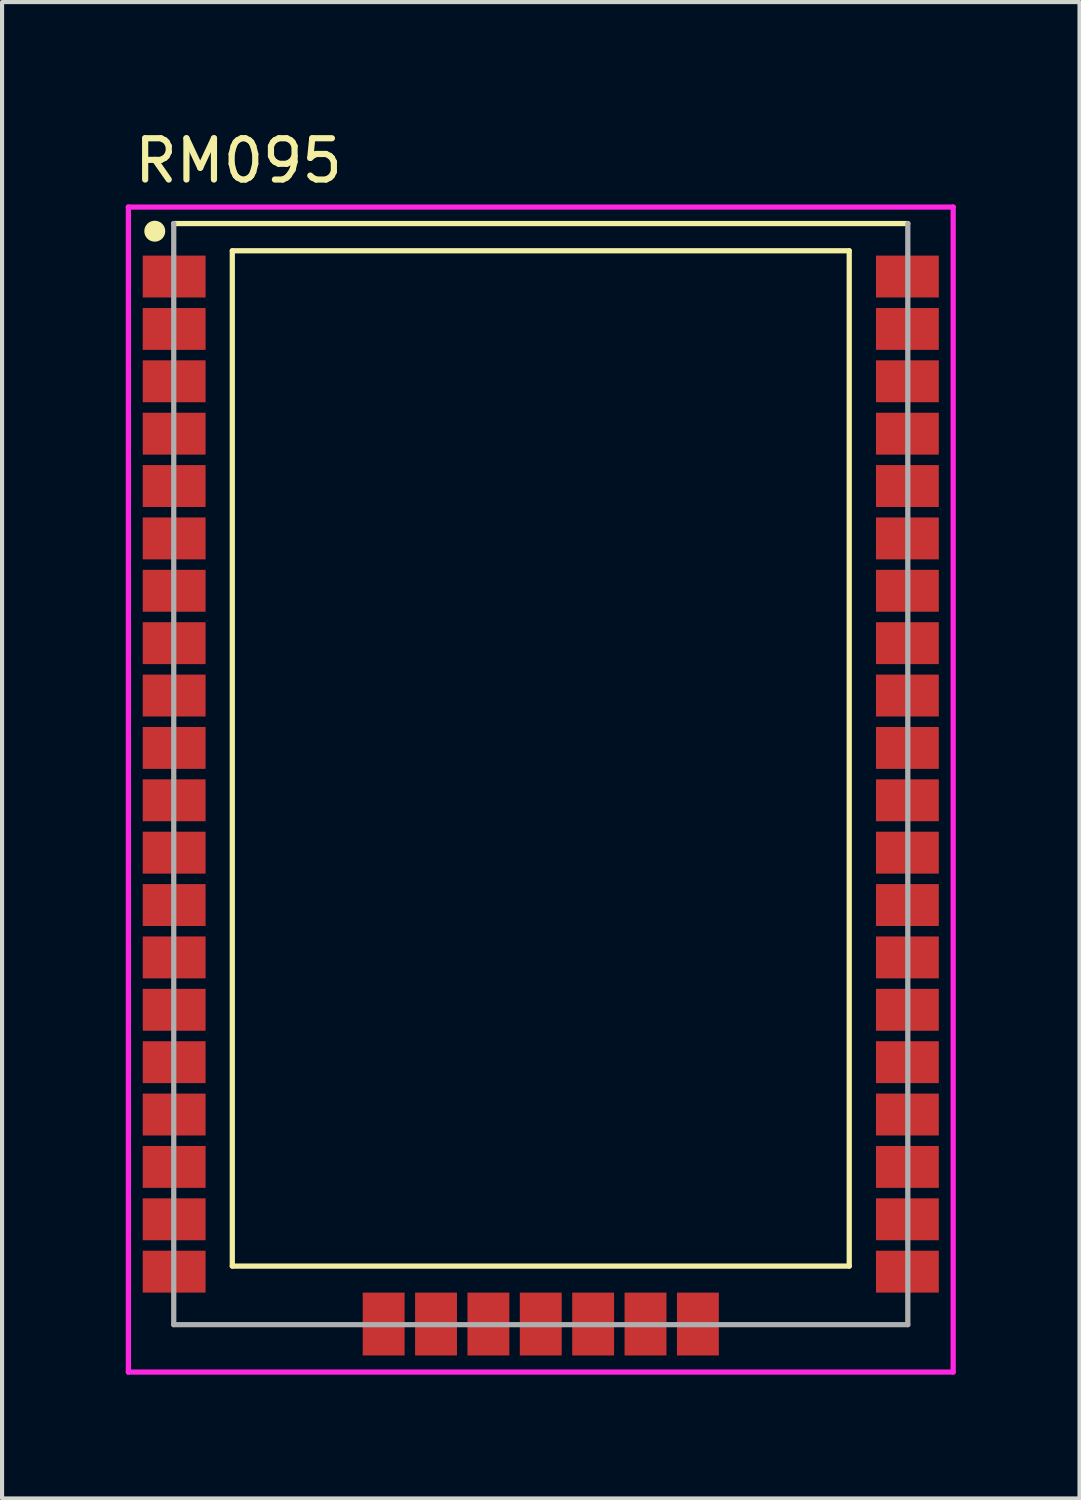
<source format=kicad_pcb>
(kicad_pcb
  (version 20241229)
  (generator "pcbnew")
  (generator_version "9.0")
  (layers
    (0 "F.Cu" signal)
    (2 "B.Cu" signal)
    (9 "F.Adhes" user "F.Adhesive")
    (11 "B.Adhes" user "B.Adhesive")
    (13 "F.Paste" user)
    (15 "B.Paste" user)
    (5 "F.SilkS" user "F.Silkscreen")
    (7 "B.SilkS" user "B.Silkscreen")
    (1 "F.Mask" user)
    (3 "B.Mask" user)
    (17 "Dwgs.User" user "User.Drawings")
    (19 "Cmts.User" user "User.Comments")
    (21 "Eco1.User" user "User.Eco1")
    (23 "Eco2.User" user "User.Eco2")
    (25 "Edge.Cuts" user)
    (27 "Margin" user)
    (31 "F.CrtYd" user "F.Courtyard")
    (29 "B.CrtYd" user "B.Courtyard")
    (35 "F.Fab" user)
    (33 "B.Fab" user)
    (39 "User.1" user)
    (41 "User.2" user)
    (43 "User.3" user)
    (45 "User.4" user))
  (footprint "RM095"
    (layer "F.Cu")
    (at 10.063 15.721)
    (property "Reference" "RM095" (at -7.329 -14.873 0) (layer "F.SilkS") (effects (font (size 1.001 1.001) (thickness 0.15))))
    (attr through_hole)
    (fp_line (start -7.48 -12.69) (end -7.48 11.93) (stroke (width 0.127) (type solid)) (layer "F.SilkS"))
    (fp_line (start -7.48 11.93) (end 7.48 11.93) (stroke (width 0.127) (type solid)) (layer "F.SilkS"))
    (fp_line (start 7.48 -12.69) (end -7.48 -12.69) (stroke (width 0.127) (type solid)) (layer "F.SilkS"))
    (fp_line (start 7.48 11.93) (end 7.48 -12.69) (stroke (width 0.127) (type solid)) (layer "F.SilkS"))
    (fp_line (start 8.9 -13.35) (end -8.9 -13.35) (stroke (width 0.127) (type solid)) (layer "F.SilkS"))
    (fp_circle (center -9.36 -13.165) (end -9.106 -13.165) (stroke (width 0) (type solid)) (fill yes) (layer "F.SilkS"))
    (fp_line (start -10 -13.75) (end 10 -13.75) (stroke (width 0.127) (type solid)) (layer "F.CrtYd"))
    (fp_line (start -10 14.5) (end -10 -13.75) (stroke (width 0.127) (type solid)) (layer "F.CrtYd"))
    (fp_line (start 10 -13.75) (end 10 14.5) (stroke (width 0.127) (type solid)) (layer "F.CrtYd"))
    (fp_line (start 10 14.5) (end -10 14.5) (stroke (width 0.127) (type solid)) (layer "F.CrtYd"))
    (fp_line (start -8.9 -13.35) (end -8.9 13.35) (stroke (width 0.127) (type solid)) (layer "F.Fab"))
    (fp_line (start -8.9 13.35) (end 8.9 13.35) (stroke (width 0.127) (type solid)) (layer "F.Fab"))
    (fp_line (start 8.9 13.35) (end 8.9 -13.35) (stroke (width 0.127) (type solid)) (layer "F.Fab"))
    (pad "1" smd rect (at -8.89 -12.065) (size 1.524 1.016) (layers "F.Cu" "F.Mask" "F.Paste"))
    (pad "2" smd rect (at -8.89 -10.795) (size 1.524 1.016) (layers "F.Cu" "F.Mask" "F.Paste"))
    (pad "3" smd rect (at -8.89 -9.525) (size 1.524 1.016) (layers "F.Cu" "F.Mask" "F.Paste"))
    (pad "4" smd rect (at -8.89 -8.255) (size 1.524 1.016) (layers "F.Cu" "F.Mask" "F.Paste"))
    (pad "5" smd rect (at -8.89 -6.985) (size 1.524 1.016) (layers "F.Cu" "F.Mask" "F.Paste"))
    (pad "6" smd rect (at -8.89 -5.715) (size 1.524 1.016) (layers "F.Cu" "F.Mask" "F.Paste"))
    (pad "7" smd rect (at -8.89 -4.445) (size 1.524 1.016) (layers "F.Cu" "F.Mask" "F.Paste"))
    (pad "8" smd rect (at -8.89 -3.175) (size 1.524 1.016) (layers "F.Cu" "F.Mask" "F.Paste"))
    (pad "9" smd rect (at -8.89 -1.905) (size 1.524 1.016) (layers "F.Cu" "F.Mask" "F.Paste"))
    (pad "10" smd rect (at -8.89 -0.635) (size 1.524 1.016) (layers "F.Cu" "F.Mask" "F.Paste"))
    (pad "11" smd rect (at -8.89 0.635) (size 1.524 1.016) (layers "F.Cu" "F.Mask" "F.Paste"))
    (pad "12" smd rect (at -8.89 1.905) (size 1.524 1.016) (layers "F.Cu" "F.Mask" "F.Paste"))
    (pad "13" smd rect (at -8.89 3.175) (size 1.524 1.016) (layers "F.Cu" "F.Mask" "F.Paste"))
    (pad "14" smd rect (at -8.89 4.445) (size 1.524 1.016) (layers "F.Cu" "F.Mask" "F.Paste"))
    (pad "15" smd rect (at -8.89 5.715) (size 1.524 1.016) (layers "F.Cu" "F.Mask" "F.Paste"))
    (pad "16" smd rect (at -8.89 6.985) (size 1.524 1.016) (layers "F.Cu" "F.Mask" "F.Paste"))
    (pad "17" smd rect (at -8.89 8.255) (size 1.524 1.016) (layers "F.Cu" "F.Mask" "F.Paste"))
    (pad "18" smd rect (at -8.89 9.525) (size 1.524 1.016) (layers "F.Cu" "F.Mask" "F.Paste"))
    (pad "19" smd rect (at -8.89 10.795) (size 1.524 1.016) (layers "F.Cu" "F.Mask" "F.Paste"))
    (pad "20" smd rect (at -8.89 12.065) (size 1.524 1.016) (layers "F.Cu" "F.Mask" "F.Paste"))
    (pad "21" smd rect (at -3.81 13.335) (size 1.016 1.524) (layers "F.Cu" "F.Mask" "F.Paste"))
    (pad "22" smd rect (at -2.54 13.335) (size 1.016 1.524) (layers "F.Cu" "F.Mask" "F.Paste"))
    (pad "23" smd rect (at -1.27 13.335) (size 1.016 1.524) (layers "F.Cu" "F.Mask" "F.Paste"))
    (pad "24" smd rect (at 0 13.335) (size 1.016 1.524) (layers "F.Cu" "F.Mask" "F.Paste"))
    (pad "25" smd rect (at 1.27 13.335) (size 1.016 1.524) (layers "F.Cu" "F.Mask" "F.Paste"))
    (pad "26" smd rect (at 2.54 13.335) (size 1.016 1.524) (layers "F.Cu" "F.Mask" "F.Paste"))
    (pad "27" smd rect (at 3.81 13.335) (size 1.016 1.524) (layers "F.Cu" "F.Mask" "F.Paste"))
    (pad "28" smd rect (at 8.89 12.065) (size 1.524 1.016) (layers "F.Cu" "F.Mask" "F.Paste"))
    (pad "29" smd rect (at 8.89 10.795) (size 1.524 1.016) (layers "F.Cu" "F.Mask" "F.Paste"))
    (pad "30" smd rect (at 8.89 9.525) (size 1.524 1.016) (layers "F.Cu" "F.Mask" "F.Paste"))
    (pad "31" smd rect (at 8.89 8.255) (size 1.524 1.016) (layers "F.Cu" "F.Mask" "F.Paste"))
    (pad "32" smd rect (at 8.89 6.985) (size 1.524 1.016) (layers "F.Cu" "F.Mask" "F.Paste"))
    (pad "33" smd rect (at 8.89 5.715) (size 1.524 1.016) (layers "F.Cu" "F.Mask" "F.Paste"))
    (pad "34" smd rect (at 8.89 4.445) (size 1.524 1.016) (layers "F.Cu" "F.Mask" "F.Paste"))
    (pad "35" smd rect (at 8.89 3.175) (size 1.524 1.016) (layers "F.Cu" "F.Mask" "F.Paste"))
    (pad "36" smd rect (at 8.89 1.905) (size 1.524 1.016) (layers "F.Cu" "F.Mask" "F.Paste"))
    (pad "37" smd rect (at 8.89 0.635) (size 1.524 1.016) (layers "F.Cu" "F.Mask" "F.Paste"))
    (pad "38" smd rect (at 8.89 -0.635) (size 1.524 1.016) (layers "F.Cu" "F.Mask" "F.Paste"))
    (pad "39" smd rect (at 8.89 -1.905) (size 1.524 1.016) (layers "F.Cu" "F.Mask" "F.Paste"))
    (pad "40" smd rect (at 8.89 -3.175) (size 1.524 1.016) (layers "F.Cu" "F.Mask" "F.Paste"))
    (pad "41" smd rect (at 8.89 -4.445) (size 1.524 1.016) (layers "F.Cu" "F.Mask" "F.Paste"))
    (pad "42" smd rect (at 8.89 -5.715) (size 1.524 1.016) (layers "F.Cu" "F.Mask" "F.Paste"))
    (pad "43" smd rect (at 8.89 -6.985) (size 1.524 1.016) (layers "F.Cu" "F.Mask" "F.Paste"))
    (pad "44" smd rect (at 8.89 -8.255) (size 1.524 1.016) (layers "F.Cu" "F.Mask" "F.Paste"))
    (pad "45" smd rect (at 8.89 -9.525) (size 1.524 1.016) (layers "F.Cu" "F.Mask" "F.Paste"))
    (pad "46" smd rect (at 8.89 -10.795) (size 1.524 1.016) (layers "F.Cu" "F.Mask" "F.Paste"))
    (pad "47" smd rect (at 8.89 -12.065) (size 1.524 1.016) (layers "F.Cu" "F.Mask" "F.Paste")))
  (gr_rect
    (start -3 -3)
    (end 23.127 33.285)
    (stroke (width 0.1) (type default))
    (fill no)
    (layer "Edge.Cuts")))
</source>
